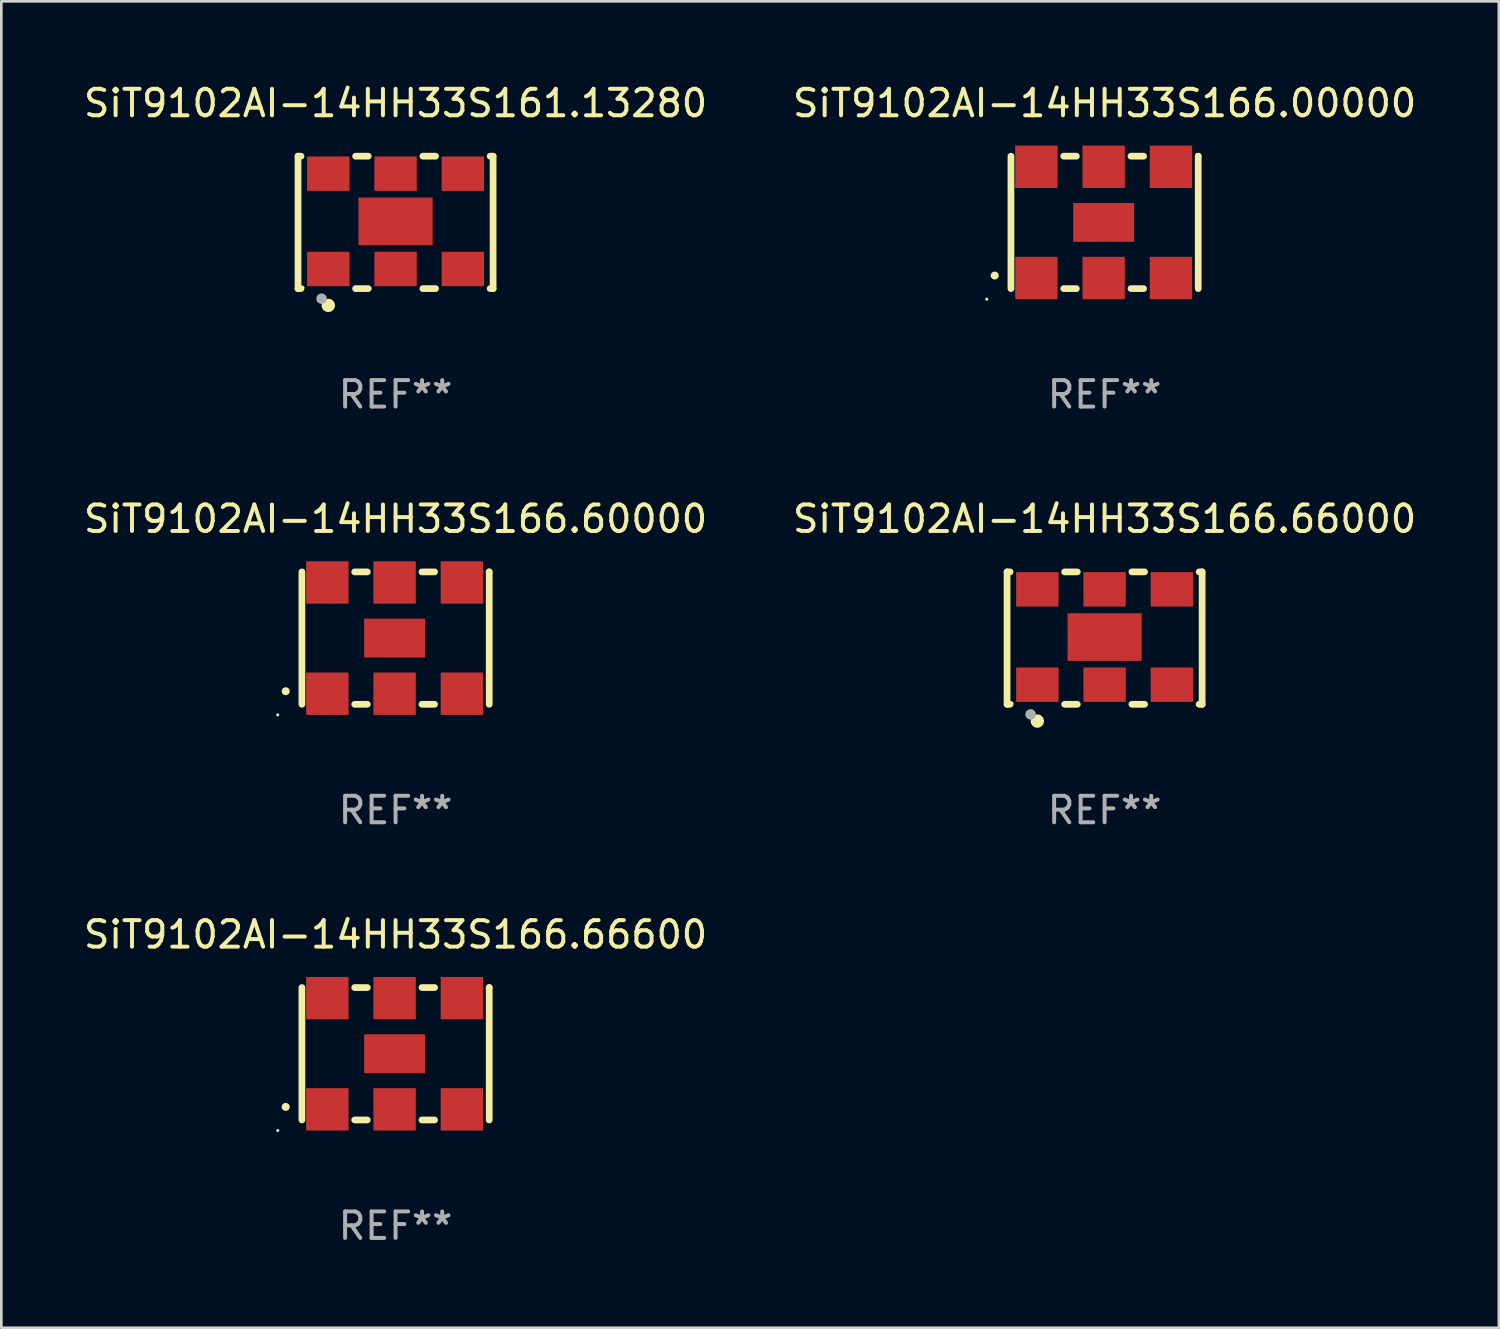
<source format=kicad_pcb>
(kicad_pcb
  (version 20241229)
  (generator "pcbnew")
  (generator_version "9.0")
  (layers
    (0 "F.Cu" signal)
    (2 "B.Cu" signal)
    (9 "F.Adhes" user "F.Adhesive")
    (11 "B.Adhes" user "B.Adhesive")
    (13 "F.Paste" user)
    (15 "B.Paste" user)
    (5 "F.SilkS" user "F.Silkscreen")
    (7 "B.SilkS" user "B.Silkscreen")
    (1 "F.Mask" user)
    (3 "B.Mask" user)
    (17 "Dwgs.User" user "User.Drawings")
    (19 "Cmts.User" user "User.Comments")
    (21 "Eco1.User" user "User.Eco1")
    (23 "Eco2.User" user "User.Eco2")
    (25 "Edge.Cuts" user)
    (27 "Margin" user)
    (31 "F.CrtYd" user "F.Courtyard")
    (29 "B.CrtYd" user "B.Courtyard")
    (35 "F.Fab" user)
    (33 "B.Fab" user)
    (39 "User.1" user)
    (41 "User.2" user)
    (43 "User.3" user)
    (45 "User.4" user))
  (footprint "SiT9102AI-14HH33S166.00000"
    (layer "F.Cu")
    (at 38.661 5.348)
    (property "Reference" "SiT9102AI-14HH33S166.00000" (at 0 -4.5 0) (layer "F.SilkS") (effects (font (size 1 1) (thickness 0.15))))
    (attr through_hole)
    (fp_line (start -3.536 -2.5) (end -3.536 2.5) (stroke (width 0.254) (type solid)) (layer "F.SilkS"))
    (fp_line (start -1.544 2.5) (end -1.067 2.5) (stroke (width 0.254) (type solid)) (layer "F.SilkS"))
    (fp_line (start -1.067 -2.5) (end -1.544 -2.5) (stroke (width 0.254) (type solid)) (layer "F.SilkS"))
    (fp_line (start 0.996 2.5) (end 1.473 2.5) (stroke (width 0.254) (type solid)) (layer "F.SilkS"))
    (fp_line (start 1.473 -2.5) (end 0.996 -2.5) (stroke (width 0.254) (type solid)) (layer "F.SilkS"))
    (fp_line (start 3.536 -2.5) (end 3.536 -2.5) (stroke (width 0.254) (type solid)) (layer "F.SilkS"))
    (fp_line (start 3.536 2.5) (end 3.536 -2.5) (stroke (width 0.254) (type solid)) (layer "F.SilkS"))
    (fp_arc (start -4.150432 2.006604) (mid -4.149162 2.006599) (end -4.147892 2.006604) (stroke (width 0.3) (type solid)) (layer "F.SilkS"))
    (fp_circle (center -4.449 2.9) (end -4.419 2.9) (stroke (width 0.06) (type solid)) (fill no) (layer "F.SilkS"))
    (fp_text user "REF**" (at 0 6.5 0) (layer "F.Fab") (effects (font (size 1 1) (thickness 0.15))))
    (pad "1" smd rect (at -2.576 2.1) (size 1.6 1.6) (layers "F.Cu" "F.Mask" "F.Paste"))
    (pad "2" smd rect (at -0.036 2.1) (size 1.6 1.6) (layers "F.Cu" "F.Mask" "F.Paste"))
    (pad "3" smd rect (at 2.504 2.1) (size 1.6 1.6) (layers "F.Cu" "F.Mask" "F.Paste"))
    (pad "4" smd rect (at 2.504 -2.1) (size 1.6 1.6) (layers "F.Cu" "F.Mask" "F.Paste"))
    (pad "5" smd rect (at -0.036 -2.1) (size 1.6 1.6) (layers "F.Cu" "F.Mask" "F.Paste"))
    (pad "6" smd rect (at -2.576 -2.1) (size 1.6 1.6) (layers "F.Cu" "F.Mask" "F.Paste"))
    (pad "7" smd rect (at -0.036 0) (size 2.3 1.47) (layers "F.Cu" "F.Mask" "F.Paste")))
  (footprint "SiT9102AI-14HH33S166.66600"
    (layer "F.Cu")
    (at 11.887 36.741)
    (property "Reference" "SiT9102AI-14HH33S166.66600" (at 0 -4.5 0) (layer "F.SilkS") (effects (font (size 1 1) (thickness 0.15))))
    (attr through_hole)
    (fp_line (start -3.536 -2.5) (end -3.536 2.5) (stroke (width 0.254) (type solid)) (layer "F.SilkS"))
    (fp_line (start -1.544 2.5) (end -1.067 2.5) (stroke (width 0.254) (type solid)) (layer "F.SilkS"))
    (fp_line (start -1.067 -2.5) (end -1.544 -2.5) (stroke (width 0.254) (type solid)) (layer "F.SilkS"))
    (fp_line (start 0.996 2.5) (end 1.473 2.5) (stroke (width 0.254) (type solid)) (layer "F.SilkS"))
    (fp_line (start 1.473 -2.5) (end 0.996 -2.5) (stroke (width 0.254) (type solid)) (layer "F.SilkS"))
    (fp_line (start 3.536 -2.5) (end 3.536 -2.5) (stroke (width 0.254) (type solid)) (layer "F.SilkS"))
    (fp_line (start 3.536 2.5) (end 3.536 -2.5) (stroke (width 0.254) (type solid)) (layer "F.SilkS"))
    (fp_arc (start -4.150432 2.006604) (mid -4.149162 2.006599) (end -4.147892 2.006604) (stroke (width 0.3) (type solid)) (layer "F.SilkS"))
    (fp_circle (center -4.449 2.9) (end -4.419 2.9) (stroke (width 0.06) (type solid)) (fill no) (layer "F.SilkS"))
    (fp_text user "REF**" (at 0 6.5 0) (layer "F.Fab") (effects (font (size 1 1) (thickness 0.15))))
    (pad "1" smd rect (at -2.576 2.1) (size 1.6 1.6) (layers "F.Cu" "F.Mask" "F.Paste"))
    (pad "2" smd rect (at -0.036 2.1) (size 1.6 1.6) (layers "F.Cu" "F.Mask" "F.Paste"))
    (pad "3" smd rect (at 2.504 2.1) (size 1.6 1.6) (layers "F.Cu" "F.Mask" "F.Paste"))
    (pad "4" smd rect (at 2.504 -2.1) (size 1.6 1.6) (layers "F.Cu" "F.Mask" "F.Paste"))
    (pad "5" smd rect (at -0.036 -2.1) (size 1.6 1.6) (layers "F.Cu" "F.Mask" "F.Paste"))
    (pad "6" smd rect (at -2.576 -2.1) (size 1.6 1.6) (layers "F.Cu" "F.Mask" "F.Paste"))
    (pad "7" smd rect (at -0.036 0) (size 2.3 1.47) (layers "F.Cu" "F.Mask" "F.Paste")))
  (footprint "SiT9102AI-14HH33S161.13280"
    (layer "F.Cu")
    (at 11.887 5.348)
    (property "Reference" "SiT9102AI-14HH33S161.13280" (at 0 -4.5 0) (layer "F.SilkS") (effects (font (size 1 1) (thickness 0.15))))
    (attr through_hole)
    (fp_line (start -3.683 -2.5) (end -3.571 -2.5) (stroke (width 0.254) (type solid)) (layer "F.SilkS"))
    (fp_line (start -3.683 2.5) (end -3.683 -2.5) (stroke (width 0.254) (type solid)) (layer "F.SilkS"))
    (fp_line (start -3.683 2.5) (end -3.571 2.5) (stroke (width 0.254) (type solid)) (layer "F.SilkS"))
    (fp_line (start -1.509 -2.5) (end -1.031 -2.5) (stroke (width 0.254) (type solid)) (layer "F.SilkS"))
    (fp_line (start -1.509 2.5) (end -1.031 2.5) (stroke (width 0.254) (type solid)) (layer "F.SilkS"))
    (fp_line (start 1.031 -2.5) (end 1.509 -2.5) (stroke (width 0.254) (type solid)) (layer "F.SilkS"))
    (fp_line (start 1.031 2.5) (end 1.509 2.5) (stroke (width 0.254) (type solid)) (layer "F.SilkS"))
    (fp_line (start 3.571 -2.5) (end 3.683 -2.5) (stroke (width 0.254) (type solid)) (layer "F.SilkS"))
    (fp_line (start 3.571 2.5) (end 3.683 2.5) (stroke (width 0.254) (type solid)) (layer "F.SilkS"))
    (fp_line (start 3.683 2.5) (end 3.683 -2.5) (stroke (width 0.254) (type solid)) (layer "F.SilkS"))
    (fp_circle (center -3.5 2.46) (end -3.47 2.46) (stroke (width 0.06) (type solid)) (fill no) (layer "F.SilkS"))
    (fp_circle (center -2.54 3.135) (end -2.413 3.135) (stroke (width 0.254) (type solid)) (fill no) (layer "F.SilkS"))
    (fp_circle (center -2.794 2.881) (end -2.694 2.881) (stroke (width 0.2) (type solid)) (fill no) (layer "F.Fab"))
    (fp_text user "REF**" (at 0 6.5 0) (layer "F.Fab") (effects (font (size 1 1) (thickness 0.15))))
    (pad "1" smd rect (at -2.54 1.76) (size 1.6 1.3) (layers "F.Cu" "F.Mask" "F.Paste"))
    (pad "2" smd rect (at 0 1.76) (size 1.6 1.3) (layers "F.Cu" "F.Mask" "F.Paste"))
    (pad "3" smd rect (at 2.54 1.76) (size 1.6 1.3) (layers "F.Cu" "F.Mask" "F.Paste"))
    (pad "4" smd rect (at 2.54 -1.84) (size 1.6 1.3) (layers "F.Cu" "F.Mask" "F.Paste"))
    (pad "5" smd rect (at 0 -1.84) (size 1.6 1.3) (layers "F.Cu" "F.Mask" "F.Paste"))
    (pad "6" smd rect (at -2.54 -1.84) (size 1.6 1.3) (layers "F.Cu" "F.Mask" "F.Paste"))
    (pad "7" smd rect (at 0 -0.04) (size 2.8 1.8) (layers "F.Cu" "F.Mask" "F.Paste")))
  (footprint "SiT9102AI-14HH33S166.60000"
    (layer "F.Cu")
    (at 11.887 21.045)
    (property "Reference" "SiT9102AI-14HH33S166.60000" (at 0 -4.5 0) (layer "F.SilkS") (effects (font (size 1 1) (thickness 0.15))))
    (attr through_hole)
    (fp_line (start -3.536 -2.5) (end -3.536 2.5) (stroke (width 0.254) (type solid)) (layer "F.SilkS"))
    (fp_line (start -1.544 2.5) (end -1.067 2.5) (stroke (width 0.254) (type solid)) (layer "F.SilkS"))
    (fp_line (start -1.067 -2.5) (end -1.544 -2.5) (stroke (width 0.254) (type solid)) (layer "F.SilkS"))
    (fp_line (start 0.996 2.5) (end 1.473 2.5) (stroke (width 0.254) (type solid)) (layer "F.SilkS"))
    (fp_line (start 1.473 -2.5) (end 0.996 -2.5) (stroke (width 0.254) (type solid)) (layer "F.SilkS"))
    (fp_line (start 3.536 -2.5) (end 3.536 -2.5) (stroke (width 0.254) (type solid)) (layer "F.SilkS"))
    (fp_line (start 3.536 2.5) (end 3.536 -2.5) (stroke (width 0.254) (type solid)) (layer "F.SilkS"))
    (fp_arc (start -4.150432 2.006604) (mid -4.149162 2.006599) (end -4.147892 2.006604) (stroke (width 0.3) (type solid)) (layer "F.SilkS"))
    (fp_circle (center -4.449 2.9) (end -4.419 2.9) (stroke (width 0.06) (type solid)) (fill no) (layer "F.SilkS"))
    (fp_text user "REF**" (at 0 6.5 0) (layer "F.Fab") (effects (font (size 1 1) (thickness 0.15))))
    (pad "1" smd rect (at -2.576 2.1) (size 1.6 1.6) (layers "F.Cu" "F.Mask" "F.Paste"))
    (pad "2" smd rect (at -0.036 2.1) (size 1.6 1.6) (layers "F.Cu" "F.Mask" "F.Paste"))
    (pad "3" smd rect (at 2.504 2.1) (size 1.6 1.6) (layers "F.Cu" "F.Mask" "F.Paste"))
    (pad "4" smd rect (at 2.504 -2.1) (size 1.6 1.6) (layers "F.Cu" "F.Mask" "F.Paste"))
    (pad "5" smd rect (at -0.036 -2.1) (size 1.6 1.6) (layers "F.Cu" "F.Mask" "F.Paste"))
    (pad "6" smd rect (at -2.576 -2.1) (size 1.6 1.6) (layers "F.Cu" "F.Mask" "F.Paste"))
    (pad "7" smd rect (at -0.036 0) (size 2.3 1.47) (layers "F.Cu" "F.Mask" "F.Paste")))
  (footprint "SiT9102AI-14HH33S166.66000"
    (layer "F.Cu")
    (at 38.661 21.045)
    (property "Reference" "SiT9102AI-14HH33S166.66000" (at 0 -4.5 0) (layer "F.SilkS") (effects (font (size 1 1) (thickness 0.15))))
    (attr through_hole)
    (fp_line (start -3.683 -2.5) (end -3.571 -2.5) (stroke (width 0.254) (type solid)) (layer "F.SilkS"))
    (fp_line (start -3.683 2.5) (end -3.683 -2.5) (stroke (width 0.254) (type solid)) (layer "F.SilkS"))
    (fp_line (start -3.683 2.5) (end -3.571 2.5) (stroke (width 0.254) (type solid)) (layer "F.SilkS"))
    (fp_line (start -1.509 -2.5) (end -1.031 -2.5) (stroke (width 0.254) (type solid)) (layer "F.SilkS"))
    (fp_line (start -1.509 2.5) (end -1.031 2.5) (stroke (width 0.254) (type solid)) (layer "F.SilkS"))
    (fp_line (start 1.031 -2.5) (end 1.509 -2.5) (stroke (width 0.254) (type solid)) (layer "F.SilkS"))
    (fp_line (start 1.031 2.5) (end 1.509 2.5) (stroke (width 0.254) (type solid)) (layer "F.SilkS"))
    (fp_line (start 3.571 -2.5) (end 3.683 -2.5) (stroke (width 0.254) (type solid)) (layer "F.SilkS"))
    (fp_line (start 3.571 2.5) (end 3.683 2.5) (stroke (width 0.254) (type solid)) (layer "F.SilkS"))
    (fp_line (start 3.683 2.5) (end 3.683 -2.5) (stroke (width 0.254) (type solid)) (layer "F.SilkS"))
    (fp_circle (center -3.5 2.46) (end -3.47 2.46) (stroke (width 0.06) (type solid)) (fill no) (layer "F.SilkS"))
    (fp_circle (center -2.54 3.135) (end -2.413 3.135) (stroke (width 0.254) (type solid)) (fill no) (layer "F.SilkS"))
    (fp_circle (center -2.794 2.881) (end -2.694 2.881) (stroke (width 0.2) (type solid)) (fill no) (layer "F.Fab"))
    (fp_text user "REF**" (at 0 6.5 0) (layer "F.Fab") (effects (font (size 1 1) (thickness 0.15))))
    (pad "1" smd rect (at -2.54 1.76) (size 1.6 1.3) (layers "F.Cu" "F.Mask" "F.Paste"))
    (pad "2" smd rect (at 0 1.76) (size 1.6 1.3) (layers "F.Cu" "F.Mask" "F.Paste"))
    (pad "3" smd rect (at 2.54 1.76) (size 1.6 1.3) (layers "F.Cu" "F.Mask" "F.Paste"))
    (pad "4" smd rect (at 2.54 -1.84) (size 1.6 1.3) (layers "F.Cu" "F.Mask" "F.Paste"))
    (pad "5" smd rect (at 0 -1.84) (size 1.6 1.3) (layers "F.Cu" "F.Mask" "F.Paste"))
    (pad "6" smd rect (at -2.54 -1.84) (size 1.6 1.3) (layers "F.Cu" "F.Mask" "F.Paste"))
    (pad "7" smd rect (at 0 -0.04) (size 2.8 1.8) (layers "F.Cu" "F.Mask" "F.Paste")))
  (gr_rect
    (start -3 -3)
    (end 53.548 47.09)
    (stroke (width 0.1) (type default))
    (fill no)
    (layer "Edge.Cuts")))
</source>
